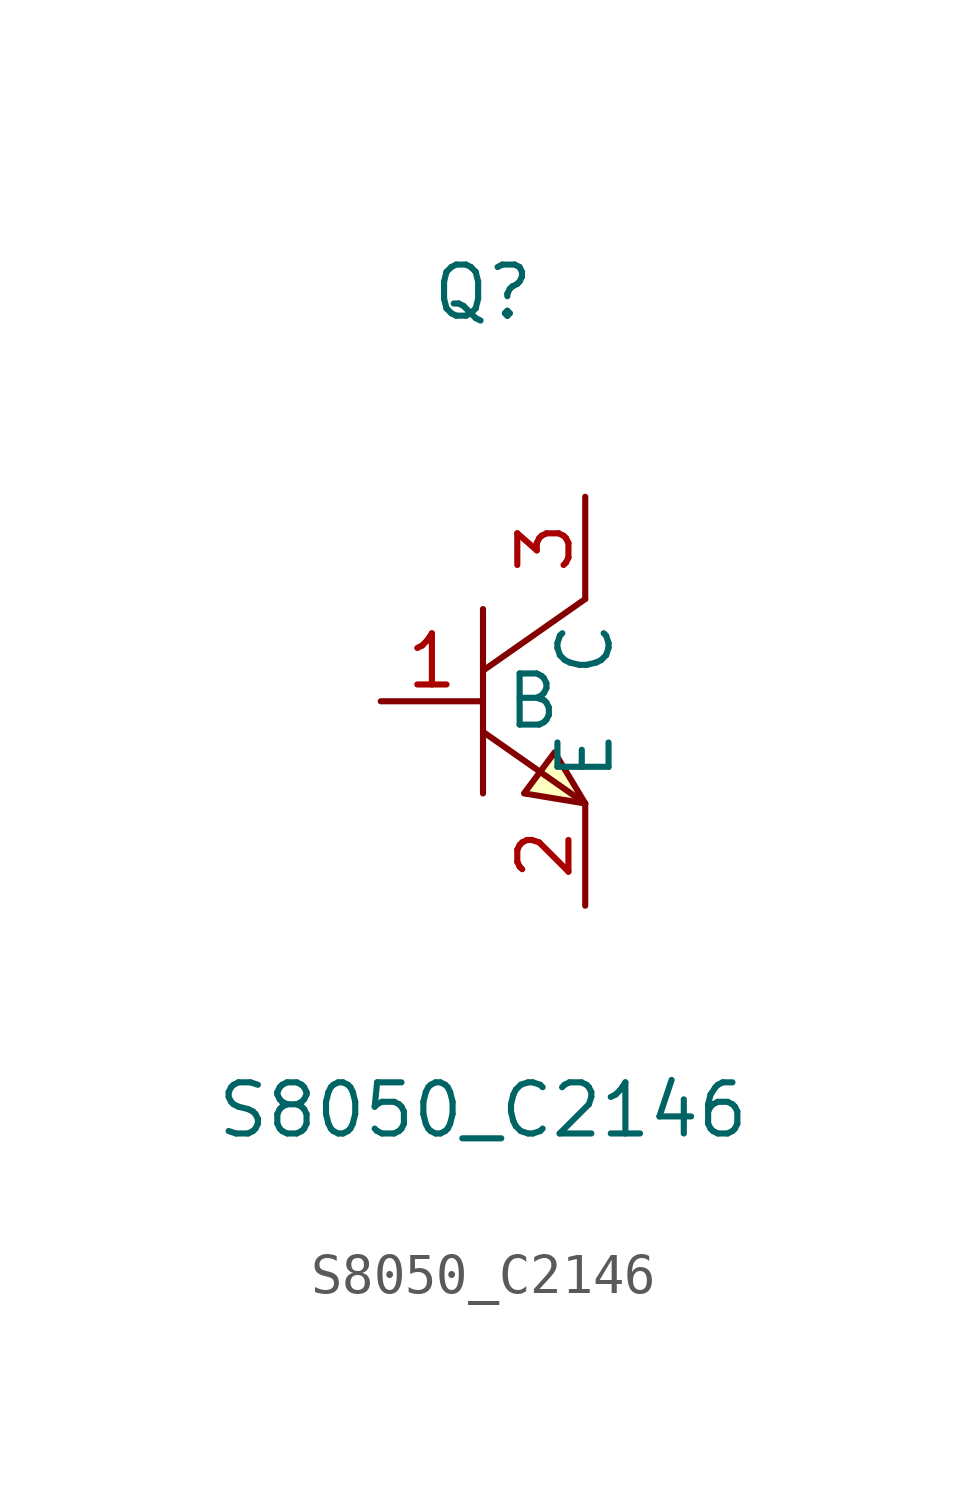
<source format=kicad_sym>
(kicad_symbol_lib
  (version 1)
  (generator "faebryk")
  (symbol "S8050_C2146"
    (property "Reference" "Q"
      (at 0 10.16 0)
      (effects (font (size 1.27 1.27)) (hide no)))
    (property "Value" "S8050_C2146"
      (at 0 -10.16 0)
      (effects (font (size 1.27 1.27)) (hide no)))
    (symbol "S8050_C2146_0_1"
      (polyline (stroke (width 0) (type default) (color 0 0 0 0)) (fill (type none)) (pts (xy 2.54 2.54) (xy 0 0.76)))
      (polyline (stroke (width 0) (type default) (color 0 0 0 0)) (fill (type none)) (pts (xy 0 -0.76) (xy 2.54 -2.54)))
      (polyline (stroke (width 0) (type default) (color 0 0 0 0)) (fill (type none)) (pts (xy 0 2.29) (xy 0 -2.29)))
      (polyline (stroke (width 0) (type default) (color 0 0 0 0)) (fill (type background)) (pts (xy 2.54 -2.54) (xy 1.78 -1.27) (xy 1.02 -2.29) (xy 2.54 -2.54)))
      (pin unspecified line (at 2.54 5.08 270) (length 2.54) (name "C" (effects (font (size 1.27 1.27)) (hide no))) (number "3" (effects (font (size 1.27 1.27)) (hide no))))
      (pin unspecified line (at -2.54 0 0) (length 2.54) (name "B" (effects (font (size 1.27 1.27)) (hide no))) (number "1" (effects (font (size 1.27 1.27)) (hide no))))
      (pin unspecified line (at 2.54 -5.08 90) (length 2.54) (name "E" (effects (font (size 1.27 1.27)) (hide no))) (number "2" (effects (font (size 1.27 1.27)) (hide no)))))))
</source>
